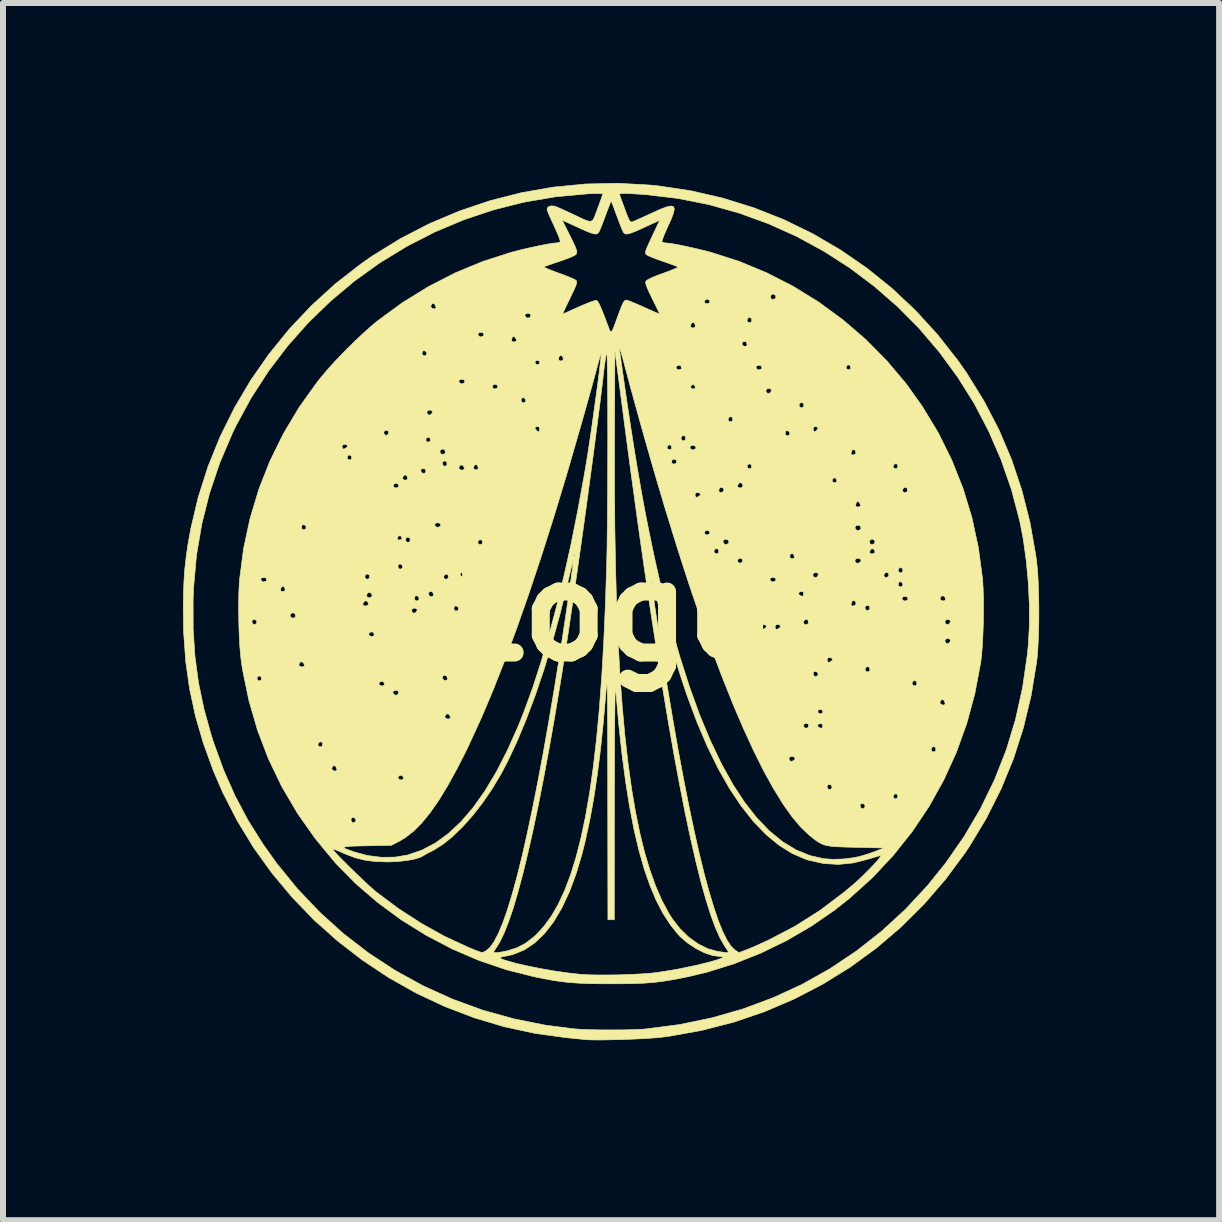
<source format=kicad_pcb>
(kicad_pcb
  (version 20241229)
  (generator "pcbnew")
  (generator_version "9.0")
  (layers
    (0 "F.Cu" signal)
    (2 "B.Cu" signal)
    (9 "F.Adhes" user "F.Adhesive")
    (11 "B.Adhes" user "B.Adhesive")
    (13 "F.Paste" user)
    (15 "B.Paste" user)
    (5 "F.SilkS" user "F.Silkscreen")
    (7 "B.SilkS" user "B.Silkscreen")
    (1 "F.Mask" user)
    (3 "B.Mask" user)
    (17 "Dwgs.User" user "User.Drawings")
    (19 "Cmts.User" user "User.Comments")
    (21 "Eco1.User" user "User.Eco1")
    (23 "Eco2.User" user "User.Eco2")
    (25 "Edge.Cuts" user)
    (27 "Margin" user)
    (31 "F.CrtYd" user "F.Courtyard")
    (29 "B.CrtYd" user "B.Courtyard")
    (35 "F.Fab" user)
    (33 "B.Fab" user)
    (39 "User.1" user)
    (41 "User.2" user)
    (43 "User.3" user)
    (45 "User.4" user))
  (footprint "Logo"
    (layer "F.Cu")
    (at 7.126 7.138)
    (property "Reference" "Logo" (at 0 0 0) (layer "F.SilkS") (effects (font (size 1.524 1.524) (thickness 0.3))))
    (attr through_hole)
    (fp_poly (pts (xy 0.675 -7.102) (xy 0.794 -7.09) (xy 1.336 -7.009) (xy 1.866 -6.887) (xy 2.383 -6.727) (xy 2.883 -6.53) (xy 3.366 -6.295) (xy 3.829 -6.025) (xy 4.271 -5.721) (xy 4.69 -5.384) (xy 5.084 -5.014) (xy 5.451 -4.613) (xy 5.789 -4.183) (xy 5.939 -3.969) (xy 6.226 -3.505) (xy 6.475 -3.026) (xy 6.686 -2.53) (xy 6.858 -2.016) (xy 6.993 -1.483) (xy 7.091 -0.93) (xy 7.106 -0.817) (xy 7.121 -0.661) (xy 7.132 -0.472) (xy 7.139 -0.262) (xy 7.142 -0.039) (xy 7.141 0.186) (xy 7.136 0.404) (xy 7.126 0.605) (xy 7.113 0.778) (xy 7.105 0.845) (xy 7.014 1.402) (xy 6.885 1.941) (xy 6.717 2.464) (xy 6.51 2.968) (xy 6.265 3.455) (xy 5.982 3.925) (xy 5.91 4.032) (xy 5.583 4.474) (xy 5.226 4.886) (xy 4.842 5.268) (xy 4.432 5.618) (xy 3.998 5.934) (xy 3.541 6.217) (xy 3.064 6.465) (xy 2.568 6.677) (xy 2.054 6.852) (xy 1.525 6.988) (xy 0.983 7.086) (xy 0.849 7.103) (xy 0.756 7.112) (xy 0.634 7.121) (xy 0.492 7.129) (xy 0.336 7.136) (xy 0.176 7.141) (xy 0.018 7.145) (xy -0.129 7.148) (xy -0.257 7.148) (xy -0.358 7.146) (xy -0.423 7.142) (xy -0.475 7.136) (xy -0.557 7.128) (xy -0.655 7.118) (xy -0.73 7.111) (xy -1.255 7.039) (xy -1.77 6.928) (xy -2.274 6.777) (xy -2.763 6.59) (xy -3.238 6.367) (xy -3.694 6.11) (xy -4.131 5.82) (xy -4.546 5.5) (xy -4.938 5.151) (xy -5.303 4.773) (xy -5.641 4.369) (xy -5.949 3.941) (xy -6.224 3.489) (xy -6.466 3.016) (xy -6.621 2.656) (xy -6.787 2.198) (xy -6.918 1.748) (xy -7.015 1.298) (xy -7.08 0.838) (xy -7.114 0.361) (xy -7.121 -0.011) (xy -7.119 -0.18) (xy -6.957 -0.18) (xy -6.956 0.299) (xy -6.926 0.754) (xy -6.867 1.194) (xy -6.776 1.63) (xy -6.654 2.069) (xy -6.615 2.191) (xy -6.448 2.649) (xy -6.258 3.078) (xy -6.041 3.487) (xy -5.79 3.886) (xy -5.565 4.202) (xy -5.221 4.625) (xy -4.849 5.016) (xy -4.452 5.375) (xy -4.03 5.7) (xy -3.586 5.991) (xy -3.12 6.247) (xy -2.635 6.467) (xy -2.131 6.651) (xy -1.611 6.796) (xy -1.076 6.903) (xy -0.613 6.962) (xy -0.491 6.971) (xy -0.337 6.977) (xy -0.164 6.98) (xy 0.02 6.981) (xy 0.202 6.98) (xy 0.371 6.976) (xy 0.517 6.97) (xy 0.603 6.963) (xy 1.154 6.891) (xy 1.69 6.78) (xy 2.21 6.631) (xy 2.712 6.444) (xy 3.196 6.221) (xy 3.659 5.961) (xy 4.1 5.666) (xy 4.519 5.337) (xy 4.914 4.974) (xy 5.282 4.579) (xy 5.586 4.202) (xy 5.898 3.753) (xy 6.17 3.29) (xy 6.403 2.811) (xy 6.598 2.315) (xy 6.754 1.802) (xy 6.871 1.271) (xy 6.95 0.723) (xy 6.966 0.56) (xy 6.984 0.234) (xy 6.983 -0.117) (xy 6.965 -0.481) (xy 6.931 -0.846) (xy 6.882 -1.199) (xy 6.823 -1.503) (xy 6.687 -2.021) (xy 6.513 -2.522) (xy 6.304 -3.004) (xy 6.062 -3.466) (xy 5.786 -3.905) (xy 5.481 -4.321) (xy 5.147 -4.713) (xy 4.785 -5.078) (xy 4.399 -5.415) (xy 3.988 -5.724) (xy 3.556 -6.001) (xy 3.104 -6.247) (xy 2.633 -6.459) (xy 2.146 -6.636) (xy 1.643 -6.777) (xy 1.127 -6.88) (xy 0.599 -6.943) (xy 0.407 -6.956) (xy 0.296 -6.962) (xy 0.22 -6.963) (xy 0.175 -6.961) (xy 0.154 -6.954) (xy 0.152 -6.942) (xy 0.152 -6.941) (xy 0.164 -6.909) (xy 0.186 -6.848) (xy 0.216 -6.766) (xy 0.243 -6.693) (xy 0.279 -6.597) (xy 0.306 -6.534) (xy 0.327 -6.5) (xy 0.346 -6.487) (xy 0.362 -6.488) (xy 0.394 -6.501) (xy 0.457 -6.529) (xy 0.542 -6.567) (xy 0.642 -6.613) (xy 0.688 -6.635) (xy 0.829 -6.698) (xy 0.934 -6.738) (xy 1.008 -6.754) (xy 1.051 -6.745) (xy 1.065 -6.708) (xy 1.053 -6.642) (xy 1.017 -6.545) (xy 0.963 -6.426) (xy 0.921 -6.331) (xy 0.887 -6.25) (xy 0.865 -6.19) (xy 0.858 -6.159) (xy 0.858 -6.158) (xy 0.887 -6.143) (xy 0.921 -6.138) (xy 0.979 -6.133) (xy 1.069 -6.119) (xy 1.184 -6.097) (xy 1.314 -6.069) (xy 1.451 -6.038) (xy 1.587 -6.005) (xy 1.678 -5.981) (xy 2.149 -5.83) (xy 2.607 -5.64) (xy 3.05 -5.413) (xy 3.474 -5.151) (xy 3.876 -4.856) (xy 4.255 -4.53) (xy 4.606 -4.175) (xy 4.928 -3.793) (xy 5.196 -3.418) (xy 5.463 -2.977) (xy 5.69 -2.519) (xy 5.878 -2.046) (xy 6.026 -1.559) (xy 6.134 -1.058) (xy 6.202 -0.546) (xy 6.204 -0.528) (xy 6.213 -0.378) (xy 6.218 -0.199) (xy 6.219 -0.003) (xy 6.216 0.2) (xy 6.209 0.401) (xy 6.199 0.588) (xy 6.185 0.752) (xy 6.172 0.86) (xy 6.075 1.374) (xy 5.94 1.872) (xy 5.767 2.353) (xy 5.557 2.814) (xy 5.312 3.255) (xy 5.031 3.674) (xy 4.717 4.069) (xy 4.37 4.44) (xy 3.99 4.783) (xy 3.736 4.984) (xy 3.349 5.251) (xy 2.937 5.491) (xy 2.506 5.701) (xy 2.063 5.877) (xy 1.616 6.017) (xy 1.294 6.094) (xy 1.12 6.129) (xy 0.969 6.156) (xy 0.829 6.177) (xy 0.693 6.192) (xy 0.551 6.202) (xy 0.394 6.208) (xy 0.213 6.211) (xy 0.011 6.212) (xy -0.202 6.211) (xy -0.382 6.208) (xy -0.538 6.201) (xy -0.68 6.191) (xy -0.816 6.176) (xy -0.955 6.155) (xy -1.108 6.127) (xy -1.272 6.094) (xy -1.734 5.978) (xy -2.19 5.823) (xy -2.303 5.775) (xy -1.838 5.775) (xy -1.832 5.79) (xy -1.786 5.809) (xy -1.746 5.822) (xy -1.577 5.87) (xy -1.377 5.916) (xy -1.155 5.96) (xy -0.925 6) (xy -0.696 6.032) (xy -0.508 6.053) (xy -0.386 6.061) (xy -0.231 6.065) (xy -0.056 6.065) (xy 0.131 6.063) (xy 0.318 6.057) (xy 0.495 6.048) (xy 0.652 6.037) (xy 0.776 6.024) (xy 1.107 5.971) (xy 1.439 5.902) (xy 1.651 5.849) (xy 1.764 5.817) (xy 1.838 5.791) (xy 1.874 5.773) (xy 1.87 5.761) (xy 1.827 5.757) (xy 1.704 5.741) (xy 1.566 5.695) (xy 1.425 5.624) (xy 1.288 5.533) (xy 1.166 5.429) (xy 1.13 5.391) (xy 0.998 5.227) (xy 0.875 5.036) (xy 0.761 4.817) (xy 0.657 4.568) (xy 0.56 4.289) (xy 0.472 3.977) (xy 0.391 3.632) (xy 0.318 3.252) (xy 0.252 2.835) (xy 0.192 2.381) (xy 0.139 1.888) (xy 0.092 1.354) (xy 0.088 1.302) (xy 0.084 1.279) (xy 0.081 1.299) (xy 0.079 1.36) (xy 0.076 1.462) (xy 0.074 1.606) (xy 0.072 1.79) (xy 0.07 2.014) (xy 0.069 2.278) (xy 0.068 2.582) (xy 0.067 2.924) (xy 0.066 3.106) (xy 0.064 5.144) (xy -0.042 5.144) (xy -0.045 3.074) (xy -0.045 2.734) (xy -0.046 2.435) (xy -0.047 2.173) (xy -0.047 1.949) (xy -0.048 1.758) (xy -0.049 1.6) (xy -0.05 1.473) (xy -0.052 1.374) (xy -0.053 1.302) (xy -0.056 1.254) (xy -0.058 1.229) (xy -0.061 1.225) (xy -0.064 1.239) (xy -0.068 1.27) (xy -0.072 1.316) (xy -0.076 1.365) (xy -0.119 1.857) (xy -0.166 2.309) (xy -0.219 2.727) (xy -0.277 3.113) (xy -0.342 3.471) (xy -0.414 3.805) (xy -0.466 4.019) (xy -0.568 4.366) (xy -0.683 4.676) (xy -0.81 4.948) (xy -0.95 5.182) (xy -1.101 5.377) (xy -1.264 5.532) (xy -1.438 5.648) (xy -1.622 5.723) (xy -1.727 5.747) (xy -1.803 5.761) (xy -1.838 5.775) (xy -2.303 5.775) (xy -2.637 5.631) (xy -3.071 5.404) (xy -3.486 5.146) (xy -3.878 4.858) (xy -4.243 4.544) (xy -4.576 4.206) (xy -4.59 4.19) (xy -4.775 3.967) (xy -4.63 3.967) (xy -4.62 3.985) (xy -4.583 4.027) (xy -4.526 4.088) (xy -4.452 4.163) (xy -4.367 4.248) (xy -4.275 4.338) (xy -4.182 4.428) (xy -4.092 4.513) (xy -4.011 4.588) (xy -3.943 4.649) (xy -3.905 4.681) (xy -3.538 4.955) (xy -3.154 5.204) (xy -2.762 5.422) (xy -2.369 5.604) (xy -2.307 5.629) (xy -2.227 5.662) (xy -2.176 5.681) (xy -2.145 5.689) (xy -2.123 5.687) (xy -2.118 5.684) (xy -1.947 5.684) (xy -1.928 5.693) (xy -1.875 5.691) (xy -1.795 5.678) (xy -1.719 5.662) (xy -1.56 5.612) (xy -1.418 5.538) (xy -1.28 5.432) (xy -1.242 5.398) (xy -1.11 5.256) (xy -0.986 5.086) (xy -0.871 4.887) (xy -0.764 4.658) (xy -0.665 4.397) (xy -0.574 4.105) (xy -0.491 3.779) (xy -0.415 3.42) (xy -0.347 3.027) (xy -0.286 2.597) (xy -0.232 2.132) (xy -0.185 1.628) (xy -0.145 1.087) (xy -0.111 0.506) (xy -0.084 -0.115) (xy -0.063 -0.741) (xy -0.06 -0.893) (xy -0.056 -1.069) (xy -0.054 -1.265) (xy -0.051 -1.478) (xy -0.049 -1.705) (xy -0.047 -1.941) (xy -0.046 -2.13) (xy 0.067 -2.13) (xy 0.073 -1.412) (xy 0.085 -0.735) (xy 0.103 -0.096) (xy 0.128 0.504) (xy 0.159 1.067) (xy 0.197 1.592) (xy 0.242 2.083) (xy 0.294 2.538) (xy 0.352 2.959) (xy 0.418 3.347) (xy 0.491 3.703) (xy 0.571 4.027) (xy 0.659 4.32) (xy 0.754 4.584) (xy 0.857 4.82) (xy 0.968 5.027) (xy 1.029 5.125) (xy 1.158 5.292) (xy 1.305 5.435) (xy 1.465 5.549) (xy 1.63 5.629) (xy 1.778 5.67) (xy 1.875 5.685) (xy 1.936 5.691) (xy 1.965 5.69) (xy 1.968 5.685) (xy 1.958 5.665) (xy 1.929 5.62) (xy 1.896 5.569) (xy 1.823 5.441) (xy 1.748 5.271) (xy 1.67 5.059) (xy 1.59 4.804) (xy 1.507 4.508) (xy 1.423 4.169) (xy 1.336 3.789) (xy 1.246 3.367) (xy 1.155 2.903) (xy 1.061 2.398) (xy 0.965 1.851) (xy 0.867 1.262) (xy 0.767 0.632) (xy 0.664 -0.04) (xy 0.614 -0.384) (xy 0.703 -0.384) (xy 0.707 -0.335) (xy 0.716 -0.254) (xy 0.731 -0.14) (xy 0.753 0.008) (xy 0.781 0.194) (xy 0.815 0.418) (xy 0.849 0.635) (xy 0.943 1.225) (xy 1.036 1.782) (xy 1.127 2.304) (xy 1.218 2.79) (xy 1.307 3.241) (xy 1.394 3.655) (xy 1.479 4.033) (xy 1.562 4.373) (xy 1.644 4.674) (xy 1.723 4.937) (xy 1.799 5.161) (xy 1.873 5.344) (xy 1.945 5.487) (xy 2.013 5.589) (xy 2.072 5.645) (xy 2.141 5.692) (xy 2.261 5.648) (xy 2.327 5.621) (xy 2.419 5.582) (xy 2.525 5.534) (xy 2.634 5.484) (xy 2.644 5.479) (xy 3.081 5.25) (xy 3.499 4.985) (xy 3.899 4.682) (xy 4.06 4.547) (xy 4.144 4.471) (xy 4.23 4.389) (xy 4.312 4.306) (xy 4.387 4.229) (xy 4.447 4.162) (xy 4.489 4.111) (xy 4.507 4.081) (xy 4.506 4.076) (xy 4.484 4.079) (xy 4.431 4.093) (xy 4.357 4.116) (xy 4.318 4.128) (xy 4.058 4.196) (xy 3.804 4.222) (xy 3.552 4.207) (xy 3.3 4.15) (xy 3.257 4.137) (xy 3.031 4.04) (xy 2.81 3.902) (xy 2.594 3.724) (xy 2.384 3.506) (xy 2.18 3.248) (xy 1.983 2.953) (xy 1.794 2.619) (xy 1.613 2.25) (xy 1.44 1.844) (xy 1.276 1.403) (xy 1.199 1.172) (xy 1.135 0.974) (xy 1.07 0.768) (xy 1.004 0.561) (xy 0.942 0.359) (xy 0.884 0.171) (xy 0.833 0.002) (xy 0.791 -0.138) (xy 0.768 -0.219) (xy 0.745 -0.301) (xy 0.727 -0.36) (xy 0.713 -0.395) (xy 0.706 -0.403) (xy 0.703 -0.384) (xy 0.614 -0.384) (xy 0.6 -0.478) (xy 0.679 -0.478) (xy 0.683 -0.451) (xy 0.69 -0.45) (xy 0.695 -0.479) (xy 0.692 -0.491) (xy 0.682 -0.499) (xy 0.679 -0.478) (xy 0.6 -0.478) (xy 0.559 -0.752) (xy 0.452 -1.507) (xy 0.343 -2.302) (xy 0.232 -3.139) (xy 0.219 -3.239) (xy 0.074 -4.35) (xy 0.068 -2.889) (xy 0.067 -2.13) (xy -0.046 -2.13) (xy -0.046 -2.184) (xy -0.045 -2.429) (xy -0.045 -2.673) (xy -0.044 -2.914) (xy -0.045 -3.146) (xy -0.045 -3.367) (xy -0.046 -3.573) (xy -0.048 -3.761) (xy -0.049 -3.927) (xy -0.052 -4.067) (xy -0.054 -4.179) (xy -0.057 -4.258) (xy -0.06 -4.301) (xy -0.063 -4.307) (xy -0.072 -4.272) (xy -0.084 -4.203) (xy -0.097 -4.11) (xy -0.111 -4) (xy -0.116 -3.958) (xy -0.139 -3.759) (xy -0.168 -3.523) (xy -0.202 -3.255) (xy -0.24 -2.96) (xy -0.281 -2.644) (xy -0.326 -2.311) (xy -0.372 -1.966) (xy -0.42 -1.616) (xy -0.469 -1.263) (xy -0.518 -0.915) (xy -0.567 -0.575) (xy -0.614 -0.249) (xy -0.659 0.059) (xy -0.701 0.342) (xy -0.74 0.597) (xy -0.742 0.614) (xy -0.836 1.204) (xy -0.929 1.761) (xy -1.021 2.284) (xy -1.112 2.774) (xy -1.201 3.228) (xy -1.289 3.647) (xy -1.375 4.029) (xy -1.459 4.374) (xy -1.541 4.681) (xy -1.62 4.95) (xy -1.698 5.179) (xy -1.772 5.367) (xy -1.844 5.515) (xy -1.886 5.584) (xy -1.921 5.637) (xy -1.943 5.674) (xy -1.947 5.684) (xy -2.118 5.684) (xy -2.1 5.676) (xy -2.076 5.663) (xy -2.01 5.608) (xy -1.941 5.512) (xy -1.869 5.374) (xy -1.794 5.196) (xy -1.717 4.977) (xy -1.638 4.717) (xy -1.556 4.419) (xy -1.472 4.081) (xy -1.387 3.704) (xy -1.299 3.289) (xy -1.209 2.836) (xy -1.117 2.345) (xy -1.024 1.817) (xy -0.929 1.253) (xy -0.857 0.804) (xy -0.831 0.638) (xy -0.803 0.462) (xy -0.776 0.279) (xy -0.748 0.095) (xy -0.722 -0.085) (xy -0.697 -0.257) (xy -0.674 -0.415) (xy -0.655 -0.555) (xy -0.639 -0.672) (xy -0.627 -0.762) (xy -0.621 -0.819) (xy -0.62 -0.839) (xy -0.627 -0.821) (xy -0.641 -0.769) (xy -0.662 -0.687) (xy -0.687 -0.583) (xy -0.715 -0.462) (xy -0.718 -0.449) (xy -0.839 0.042) (xy -0.969 0.516) (xy -1.107 0.97) (xy -1.252 1.4) (xy -1.403 1.802) (xy -1.557 2.172) (xy -1.714 2.506) (xy -1.827 2.72) (xy -1.971 2.961) (xy -2.127 3.189) (xy -2.291 3.4) (xy -2.459 3.59) (xy -2.627 3.753) (xy -2.791 3.886) (xy -2.947 3.984) (xy -2.985 4.003) (xy -3.047 4.034) (xy -3.097 4.063) (xy -3.111 4.073) (xy -3.175 4.106) (xy -3.272 4.135) (xy -3.397 4.157) (xy -3.541 4.173) (xy -3.696 4.18) (xy -3.736 4.18) (xy -3.927 4.173) (xy -4.094 4.151) (xy -4.253 4.111) (xy -4.418 4.049) (xy -4.481 4.021) (xy -4.55 3.992) (xy -4.603 3.972) (xy -4.629 3.967) (xy -4.63 3.967) (xy -4.775 3.967) (xy -4.793 3.945) (xy -4.441 3.945) (xy -4.413 3.962) (xy -4.355 3.984) (xy -4.274 4.013) (xy -4.05 4.074) (xy -3.818 4.103) (xy -3.59 4.1) (xy -3.38 4.065) (xy -3.146 3.985) (xy -2.92 3.866) (xy -2.701 3.707) (xy -2.49 3.509) (xy -2.286 3.271) (xy -2.089 2.992) (xy -1.898 2.673) (xy -1.714 2.312) (xy -1.535 1.911) (xy -1.44 1.672) (xy -1.3 1.289) (xy -1.163 0.868) (xy -1.029 0.412) (xy -0.899 -0.076) (xy -0.774 -0.592) (xy -0.698 -0.931) (xy -0.614 -0.931) (xy -0.606 -0.914) (xy -0.6 -0.917) (xy -0.597 -0.942) (xy -0.6 -0.945) (xy -0.612 -0.943) (xy -0.614 -0.931) (xy -0.698 -0.931) (xy -0.654 -1.131) (xy -0.542 -1.691) (xy -0.437 -2.268) (xy -0.403 -2.466) (xy -0.381 -2.602) (xy -0.357 -2.757) (xy -0.332 -2.926) (xy -0.306 -3.104) (xy -0.281 -3.285) (xy -0.256 -3.466) (xy -0.232 -3.64) (xy -0.21 -3.804) (xy -0.191 -3.952) (xy -0.176 -4.079) (xy -0.164 -4.181) (xy -0.157 -4.252) (xy -0.156 -4.288) (xy -0.157 -4.291) (xy -0.164 -4.275) (xy -0.179 -4.225) (xy -0.2 -4.15) (xy -0.221 -4.07) (xy -0.241 -3.997) (xy -0.27 -3.89) (xy -0.307 -3.755) (xy -0.351 -3.597) (xy -0.4 -3.423) (xy -0.452 -3.239) (xy -0.505 -3.051) (xy -0.51 -3.035) (xy -0.725 -2.292) (xy -0.938 -1.588) (xy -1.149 -0.924) (xy -1.357 -0.299) (xy -1.562 0.286) (xy -1.764 0.83) (xy -1.963 1.334) (xy -2.159 1.796) (xy -2.352 2.216) (xy -2.4 2.318) (xy -2.562 2.636) (xy -2.716 2.915) (xy -2.863 3.156) (xy -3.006 3.361) (xy -3.145 3.531) (xy -3.282 3.668) (xy -3.418 3.775) (xy -3.521 3.836) (xy -3.651 3.903) (xy -4.073 3.912) (xy -4.222 3.915) (xy -4.332 3.919) (xy -4.403 3.925) (xy -4.439 3.933) (xy -4.441 3.945) (xy -4.793 3.945) (xy -4.924 3.786) (xy -5.149 3.467) (xy -4.326 3.467) (xy -4.32 3.501) (xy -4.297 3.526) (xy -4.286 3.528) (xy -4.253 3.511) (xy -4.244 3.496) (xy -4.248 3.46) (xy -4.278 3.44) (xy -4.308 3.443) (xy -4.326 3.467) (xy -5.149 3.467) (xy -5.221 3.363) (xy -5.48 2.922) (xy -5.546 2.784) (xy -3.542 2.784) (xy -3.542 2.785) (xy -3.517 2.809) (xy -3.481 2.814) (xy -3.454 2.799) (xy -3.45 2.785) (xy -3.462 2.749) (xy -3.469 2.742) (xy -3.505 2.737) (xy -3.535 2.755) (xy -3.542 2.784) (xy -5.546 2.784) (xy -5.626 2.618) (xy -4.645 2.618) (xy -4.643 2.637) (xy -4.619 2.66) (xy -4.586 2.666) (xy -4.562 2.655) (xy -4.559 2.641) (xy -4.573 2.599) (xy -4.58 2.587) (xy -4.605 2.573) (xy -4.631 2.587) (xy -4.645 2.618) (xy -5.626 2.618) (xy -5.701 2.462) (xy -5.79 2.229) (xy -4.876 2.229) (xy -4.874 2.238) (xy -4.848 2.263) (xy -4.814 2.257) (xy -4.798 2.236) (xy -4.801 2.196) (xy -4.809 2.184) (xy -4.839 2.177) (xy -4.867 2.196) (xy -4.876 2.229) (xy -5.79 2.229) (xy -5.883 1.985) (xy -5.947 1.763) (xy -2.76 1.763) (xy -2.757 1.773) (xy -2.733 1.794) (xy -2.697 1.798) (xy -2.671 1.784) (xy -2.667 1.772) (xy -2.681 1.733) (xy -2.691 1.72) (xy -2.722 1.711) (xy -2.75 1.73) (xy -2.76 1.763) (xy -5.947 1.763) (xy -6.027 1.489) (xy -6.053 1.362) (xy -3.628 1.362) (xy -3.627 1.366) (xy -3.599 1.395) (xy -3.581 1.402) (xy -3.547 1.394) (xy -3.53 1.365) (xy -3.538 1.335) (xy -3.546 1.328) (xy -3.586 1.32) (xy -3.619 1.334) (xy -3.628 1.362) (xy -6.053 1.362) (xy -6.083 1.218) (xy -3.86 1.218) (xy -3.859 1.219) (xy -3.834 1.243) (xy -3.799 1.247) (xy -3.772 1.233) (xy -3.768 1.218) (xy -3.779 1.183) (xy -3.787 1.176) (xy -3.822 1.171) (xy -3.853 1.189) (xy -3.86 1.218) (xy -6.083 1.218) (xy -6.101 1.131) (xy -5.892 1.131) (xy -5.89 1.138) (xy -5.864 1.162) (xy -5.831 1.158) (xy -5.816 1.138) (xy -5.818 1.119) (xy -2.801 1.119) (xy -2.779 1.149) (xy -2.747 1.158) (xy -2.721 1.143) (xy -2.716 1.126) (xy -2.727 1.087) (xy -2.737 1.076) (xy -2.775 1.069) (xy -2.8 1.092) (xy -2.801 1.119) (xy -5.818 1.119) (xy -5.821 1.101) (xy -5.829 1.089) (xy -5.859 1.079) (xy -5.885 1.097) (xy -5.892 1.131) (xy -6.101 1.131) (xy -6.133 0.975) (xy -6.145 0.895) (xy -5.194 0.895) (xy -5.191 0.905) (xy -5.167 0.926) (xy -5.132 0.93) (xy -5.105 0.916) (xy -5.101 0.904) (xy -5.115 0.865) (xy -5.125 0.853) (xy -5.156 0.843) (xy -5.184 0.862) (xy -5.194 0.895) (xy -6.145 0.895) (xy -6.151 0.86) (xy -6.167 0.723) (xy -6.18 0.554) (xy -6.188 0.393) (xy -4.029 0.393) (xy -4.029 0.393) (xy -4.004 0.417) (xy -3.968 0.422) (xy -3.941 0.407) (xy -3.937 0.393) (xy -3.949 0.358) (xy -3.956 0.35) (xy -3.992 0.346) (xy -4.022 0.363) (xy -4.029 0.393) (xy -6.188 0.393) (xy -6.189 0.363) (xy -6.192 0.292) (xy -2.294 0.292) (xy -2.288 0.326) (xy -2.265 0.351) (xy -2.254 0.353) (xy -2.221 0.336) (xy -2.212 0.321) (xy -2.216 0.285) (xy -2.246 0.265) (xy -2.276 0.268) (xy -2.294 0.292) (xy -6.192 0.292) (xy -6.195 0.165) (xy -5.977 0.165) (xy -5.971 0.199) (xy -5.948 0.224) (xy -5.937 0.226) (xy -5.904 0.209) (xy -5.895 0.194) (xy -5.899 0.158) (xy -5.929 0.138) (xy -5.959 0.141) (xy -5.977 0.165) (xy -6.195 0.165) (xy -6.196 0.161) (xy -6.196 0.081) (xy -5.341 0.081) (xy -5.318 0.11) (xy -5.284 0.117) (xy -5.256 0.102) (xy -5.249 0.081) (xy -5.259 0.043) (xy -5.269 0.033) (xy -5.306 0.028) (xy -5.336 0.05) (xy -5.341 0.081) (xy -6.196 0.081) (xy -6.198 -0.024) (xy -3.313 -0.024) (xy -3.311 0.006) (xy -3.284 0.034) (xy -3.249 0.026) (xy -3.234 0.011) (xy -3.219 -0.025) (xy -3.24 -0.045) (xy -2.612 -0.045) (xy -2.599 -0.012) (xy -2.572 0) (xy -2.54 -0.017) (xy -2.534 -0.027) (xy -2.537 -0.061) (xy -2.561 -0.085) (xy -2.592 -0.086) (xy -2.599 -0.08) (xy -2.612 -0.045) (xy -3.24 -0.045) (xy -3.242 -0.047) (xy -3.246 -0.049) (xy -3.288 -0.049) (xy -3.313 -0.024) (xy -6.198 -0.024) (xy -6.198 -0.042) (xy -6.197 -0.112) (xy -4.128 -0.112) (xy -4.112 -0.09) (xy -4.077 -0.086) (xy -4.045 -0.099) (xy -4.037 -0.111) (xy -4.04 -0.147) (xy -4.065 -0.17) (xy -4.097 -0.169) (xy -4.104 -0.163) (xy -4.125 -0.126) (xy -4.128 -0.112) (xy -6.197 -0.112) (xy -6.196 -0.215) (xy -3.269 -0.215) (xy -3.255 -0.181) (xy -3.228 -0.169) (xy -3.196 -0.186) (xy -3.191 -0.196) (xy -3.193 -0.231) (xy -3.218 -0.255) (xy -3.248 -0.255) (xy -3.255 -0.25) (xy -3.269 -0.215) (xy -6.196 -0.215) (xy -6.196 -0.235) (xy -6.196 -0.257) (xy -4.064 -0.257) (xy -4.049 -0.228) (xy -4.016 -0.221) (xy -3.984 -0.237) (xy -3.972 -0.257) (xy -3.977 -0.278) (xy -3.034 -0.278) (xy -3.012 -0.248) (xy -2.979 -0.239) (xy -2.954 -0.254) (xy -2.949 -0.271) (xy -2.96 -0.31) (xy -2.97 -0.321) (xy -3.008 -0.328) (xy -3.033 -0.305) (xy -3.034 -0.278) (xy -3.977 -0.278) (xy -3.98 -0.292) (xy -4.012 -0.312) (xy -4.045 -0.306) (xy -4.062 -0.277) (xy -4.064 -0.257) (xy -6.196 -0.257) (xy -6.192 -0.37) (xy -5.499 -0.37) (xy -5.493 -0.335) (xy -5.461 -0.327) (xy -5.427 -0.338) (xy -5.423 -0.37) (xy -5.441 -0.405) (xy -5.461 -0.413) (xy -5.489 -0.395) (xy -5.499 -0.37) (xy -6.192 -0.37) (xy -6.19 -0.409) (xy -6.182 -0.528) (xy -6.181 -0.536) (xy -5.829 -0.536) (xy -5.821 -0.507) (xy -5.79 -0.488) (xy -5.779 -0.487) (xy -5.74 -0.502) (xy -5.729 -0.517) (xy -5.734 -0.547) (xy -5.767 -0.563) (xy -5.809 -0.559) (xy -5.829 -0.536) (xy -6.181 -0.536) (xy -6.177 -0.568) (xy -4.095 -0.568) (xy -4.092 -0.559) (xy -4.065 -0.532) (xy -4.032 -0.537) (xy -4.015 -0.558) (xy -4.016 -0.565) (xy -2.781 -0.565) (xy -2.779 -0.556) (xy -2.752 -0.531) (xy -2.719 -0.537) (xy -2.703 -0.558) (xy -2.705 -0.598) (xy -2.709 -0.602) (xy -2.505 -0.602) (xy -2.505 -0.601) (xy -2.48 -0.577) (xy -2.444 -0.573) (xy -2.417 -0.588) (xy -2.413 -0.602) (xy -2.425 -0.637) (xy -2.432 -0.644) (xy -2.468 -0.649) (xy -2.498 -0.632) (xy -2.505 -0.602) (xy -2.709 -0.602) (xy -2.714 -0.61) (xy -2.743 -0.617) (xy -2.771 -0.598) (xy -2.781 -0.565) (xy -4.016 -0.565) (xy -4.018 -0.598) (xy -4.027 -0.611) (xy -4.059 -0.621) (xy -4.086 -0.603) (xy -4.095 -0.568) (xy -6.177 -0.568) (xy -6.154 -0.744) (xy -3.544 -0.744) (xy -3.53 -0.71) (xy -3.503 -0.699) (xy -3.471 -0.715) (xy -3.466 -0.725) (xy -3.468 -0.76) (xy -3.493 -0.784) (xy -3.524 -0.784) (xy -3.531 -0.779) (xy -3.544 -0.744) (xy -6.154 -0.744) (xy -6.116 -1.04) (xy -6.094 -1.144) (xy -2.212 -1.144) (xy -2.209 -1.132) (xy -2.183 -1.108) (xy -2.148 -1.117) (xy -2.134 -1.132) (xy -2.133 -1.163) (xy -2.142 -1.18) (xy -2.172 -1.193) (xy -2.201 -1.177) (xy -2.212 -1.144) (xy -6.094 -1.144) (xy -6.086 -1.182) (xy -3.417 -1.182) (xy -3.415 -1.173) (xy -3.388 -1.146) (xy -3.354 -1.15) (xy -3.338 -1.172) (xy -3.341 -1.211) (xy -3.35 -1.225) (xy -3.381 -1.235) (xy -3.409 -1.216) (xy -3.417 -1.182) (xy -6.086 -1.182) (xy -6.077 -1.222) (xy -3.552 -1.222) (xy -3.545 -1.192) (xy -3.514 -1.185) (xy -3.479 -1.196) (xy -3.475 -1.222) (xy -3.496 -1.254) (xy -3.514 -1.259) (xy -3.544 -1.242) (xy -3.552 -1.222) (xy -6.077 -1.222) (xy -6.039 -1.4) (xy -5.152 -1.4) (xy -5.139 -1.366) (xy -5.112 -1.355) (xy -5.08 -1.371) (xy -5.074 -1.381) (xy -5.077 -1.416) (xy -5.101 -1.44) (xy -5.132 -1.44) (xy -5.139 -1.435) (xy -5.152 -1.4) (xy -6.039 -1.4) (xy -6.029 -1.446) (xy -2.93 -1.446) (xy -2.921 -1.417) (xy -2.89 -1.398) (xy -2.879 -1.397) (xy -2.841 -1.412) (xy -2.829 -1.427) (xy -2.834 -1.457) (xy -2.867 -1.473) (xy -2.909 -1.469) (xy -2.93 -1.446) (xy -6.029 -1.446) (xy -6.009 -1.541) (xy -5.862 -2.028) (xy -5.841 -2.084) (xy -3.619 -2.084) (xy -3.604 -2.059) (xy -3.57 -2.054) (xy -3.537 -2.069) (xy -3.528 -2.083) (xy -3.534 -2.113) (xy -3.564 -2.131) (xy -3.599 -2.127) (xy -3.6 -2.126) (xy -3.618 -2.097) (xy -3.619 -2.084) (xy -5.841 -2.084) (xy -5.788 -2.219) (xy -3.465 -2.219) (xy -3.461 -2.202) (xy -3.43 -2.182) (xy -3.394 -2.189) (xy -3.381 -2.207) (xy -3.386 -2.242) (xy -3.398 -2.259) (xy -3.427 -2.272) (xy -3.45 -2.254) (xy -3.465 -2.219) (xy -5.788 -2.219) (xy -5.743 -2.332) (xy -3.161 -2.332) (xy -3.139 -2.303) (xy -3.106 -2.296) (xy -3.08 -2.311) (xy -3.076 -2.328) (xy -3.088 -2.365) (xy -3.097 -2.374) (xy -3.135 -2.381) (xy -3.16 -2.359) (xy -3.161 -2.332) (xy -5.743 -2.332) (xy -5.722 -2.385) (xy -2.527 -2.385) (xy -2.525 -2.376) (xy -2.5 -2.355) (xy -2.465 -2.351) (xy -2.438 -2.365) (xy -2.434 -2.377) (xy -2.443 -2.402) (xy -2.282 -2.402) (xy -2.274 -2.366) (xy -2.243 -2.355) (xy -2.21 -2.362) (xy -2.205 -2.396) (xy -2.205 -2.398) (xy -2.224 -2.436) (xy -2.253 -2.442) (xy -2.277 -2.418) (xy -2.282 -2.402) (xy -2.443 -2.402) (xy -2.448 -2.416) (xy -2.458 -2.428) (xy -2.489 -2.438) (xy -2.517 -2.419) (xy -2.527 -2.385) (xy -5.722 -2.385) (xy -5.696 -2.452) (xy -2.803 -2.452) (xy -2.801 -2.443) (xy -2.774 -2.416) (xy -2.741 -2.42) (xy -2.724 -2.442) (xy -2.727 -2.481) (xy -2.736 -2.495) (xy -2.768 -2.505) (xy -2.795 -2.486) (xy -2.803 -2.452) (xy -5.696 -2.452) (xy -5.676 -2.502) (xy -5.651 -2.552) (xy -4.389 -2.552) (xy -4.387 -2.545) (xy -4.361 -2.521) (xy -4.328 -2.525) (xy -4.313 -2.545) (xy -4.318 -2.582) (xy -4.326 -2.594) (xy -4.356 -2.604) (xy -4.382 -2.586) (xy -4.389 -2.552) (xy -5.651 -2.552) (xy -5.604 -2.649) (xy -2.843 -2.649) (xy -2.821 -2.62) (xy -2.786 -2.613) (xy -2.758 -2.629) (xy -2.752 -2.649) (xy -2.761 -2.687) (xy -2.771 -2.698) (xy -2.809 -2.702) (xy -2.838 -2.68) (xy -2.843 -2.649) (xy -5.604 -2.649) (xy -5.552 -2.753) (xy -4.474 -2.753) (xy -4.472 -2.73) (xy -4.456 -2.702) (xy -4.425 -2.709) (xy -4.421 -2.711) (xy -4.389 -2.736) (xy -4.381 -2.751) (xy -4.398 -2.774) (xy -4.408 -2.779) (xy -4.453 -2.78) (xy -4.474 -2.753) (xy -5.552 -2.753) (xy -5.506 -2.849) (xy -3.077 -2.849) (xy -3.075 -2.842) (xy -3.049 -2.818) (xy -3.016 -2.822) (xy -3.001 -2.841) (xy -3.005 -2.878) (xy -3.014 -2.891) (xy -3.043 -2.9) (xy -3.07 -2.882) (xy -3.077 -2.849) (xy -5.506 -2.849) (xy -5.451 -2.959) (xy -5.439 -2.979) (xy -3.78 -2.979) (xy -3.769 -2.946) (xy -3.739 -2.928) (xy -3.737 -2.928) (xy -3.707 -2.946) (xy -3.697 -2.965) (xy -3.703 -3.003) (xy -3.734 -3.017) (xy -3.765 -3.007) (xy -3.78 -2.979) (xy -5.439 -2.979) (xy -5.397 -3.05) (xy -1.26 -3.05) (xy -1.238 -3.019) (xy -1.238 -3.019) (xy -1.206 -2.99) (xy -1.19 -2.993) (xy -1.18 -3.025) (xy -1.184 -3.065) (xy -1.215 -3.08) (xy -1.247 -3.07) (xy -1.26 -3.05) (xy -5.397 -3.05) (xy -5.232 -3.326) (xy -3.059 -3.326) (xy -3.057 -3.296) (xy -3.03 -3.268) (xy -2.995 -3.276) (xy -2.98 -3.291) (xy -2.965 -3.327) (xy -2.988 -3.349) (xy -2.992 -3.351) (xy -3.034 -3.351) (xy -3.059 -3.326) (xy -5.232 -3.326) (xy -5.188 -3.399) (xy -5.104 -3.517) (xy -1.491 -3.517) (xy -1.477 -3.483) (xy -1.45 -3.471) (xy -1.418 -3.488) (xy -1.413 -3.498) (xy -1.415 -3.533) (xy -1.44 -3.557) (xy -1.47 -3.557) (xy -1.477 -3.552) (xy -1.491 -3.517) (xy -5.104 -3.517) (xy -4.948 -3.735) (xy -1.968 -3.735) (xy -1.953 -3.71) (xy -1.919 -3.705) (xy -1.886 -3.72) (xy -1.877 -3.734) (xy -1.883 -3.764) (xy -1.913 -3.782) (xy -1.948 -3.778) (xy -1.949 -3.777) (xy -1.967 -3.748) (xy -1.968 -3.735) (xy -4.948 -3.735) (xy -4.887 -3.82) (xy -4.873 -3.838) (xy -2.527 -3.838) (xy -2.519 -3.809) (xy -2.488 -3.79) (xy -2.477 -3.789) (xy -2.438 -3.804) (xy -2.427 -3.819) (xy -2.432 -3.849) (xy -2.465 -3.865) (xy -2.507 -3.861) (xy -2.527 -3.838) (xy -4.873 -3.838) (xy -4.845 -3.873) (xy -4.725 -4.017) (xy -4.601 -4.154) (xy -1.258 -4.154) (xy -1.249 -4.124) (xy -1.222 -4.107) (xy -1.217 -4.106) (xy -1.186 -4.123) (xy -1.178 -4.137) (xy -1.182 -4.168) (xy -1.214 -4.18) (xy -1.242 -4.176) (xy -1.258 -4.154) (xy -4.601 -4.154) (xy -4.58 -4.177) (xy -4.541 -4.217) (xy -0.864 -4.217) (xy -0.86 -4.18) (xy -0.827 -4.17) (xy -0.826 -4.17) (xy -0.792 -4.18) (xy -0.787 -4.215) (xy -0.787 -4.217) (xy -0.804 -4.255) (xy -0.826 -4.265) (xy -0.853 -4.247) (xy -0.864 -4.217) (xy -4.541 -4.217) (xy -4.461 -4.3) (xy -3.142 -4.3) (xy -3.128 -4.266) (xy -3.101 -4.255) (xy -3.069 -4.271) (xy -3.063 -4.281) (xy -3.066 -4.316) (xy -3.091 -4.34) (xy -3.121 -4.34) (xy -3.128 -4.335) (xy -3.142 -4.3) (xy -4.461 -4.3) (xy -4.419 -4.344) (xy -4.393 -4.37) (xy 0.151 -4.37) (xy 0.155 -4.329) (xy 0.158 -4.307) (xy 0.224 -3.839) (xy 0.287 -3.409) (xy 0.347 -3.013) (xy 0.405 -2.646) (xy 0.462 -2.303) (xy 0.518 -1.981) (xy 0.574 -1.675) (xy 0.632 -1.381) (xy 0.691 -1.094) (xy 0.752 -0.81) (xy 0.817 -0.525) (xy 0.846 -0.402) (xy 0.995 0.191) (xy 1.152 0.743) (xy 1.315 1.254) (xy 1.485 1.723) (xy 1.662 2.15) (xy 1.846 2.536) (xy 2.037 2.881) (xy 2.235 3.184) (xy 2.439 3.445) (xy 2.651 3.665) (xy 2.869 3.843) (xy 3.095 3.98) (xy 3.327 4.075) (xy 3.559 4.127) (xy 3.714 4.137) (xy 3.886 4.131) (xy 4.055 4.11) (xy 4.138 4.093) (xy 4.226 4.068) (xy 4.329 4.035) (xy 4.413 4.005) (xy 4.561 3.948) (xy 4.085 3.937) (xy 3.921 3.933) (xy 3.791 3.928) (xy 3.691 3.921) (xy 3.611 3.909) (xy 3.547 3.891) (xy 3.49 3.864) (xy 3.433 3.828) (xy 3.371 3.78) (xy 3.316 3.736) (xy 3.174 3.602) (xy 3.026 3.426) (xy 2.89 3.234) (xy 4.162 3.234) (xy 4.168 3.268) (xy 4.191 3.293) (xy 4.202 3.295) (xy 4.235 3.278) (xy 4.244 3.263) (xy 4.24 3.227) (xy 4.21 3.207) (xy 4.179 3.21) (xy 4.162 3.234) (xy 2.89 3.234) (xy 2.873 3.209) (xy 2.804 3.097) (xy 4.712 3.097) (xy 4.715 3.106) (xy 4.741 3.13) (xy 4.774 3.125) (xy 4.79 3.103) (xy 4.788 3.064) (xy 4.779 3.052) (xy 4.75 3.044) (xy 4.722 3.064) (xy 4.712 3.097) (xy 2.804 3.097) (xy 2.715 2.953) (xy 2.695 2.916) (xy 3.612 2.916) (xy 3.617 2.951) (xy 3.641 2.975) (xy 3.652 2.977) (xy 3.684 2.96) (xy 3.693 2.946) (xy 3.69 2.91) (xy 3.66 2.89) (xy 3.629 2.893) (xy 3.612 2.916) (xy 2.695 2.916) (xy 2.552 2.658) (xy 2.449 2.45) (xy 2.976 2.45) (xy 2.981 2.482) (xy 3.005 2.503) (xy 3.027 2.504) (xy 3.066 2.482) (xy 3.077 2.466) (xy 3.071 2.437) (xy 3.039 2.421) (xy 2.997 2.426) (xy 2.976 2.45) (xy 2.449 2.45) (xy 2.386 2.324) (xy 2.38 2.311) (xy 5.346 2.311) (xy 5.348 2.319) (xy 5.375 2.347) (xy 5.409 2.342) (xy 5.425 2.32) (xy 5.422 2.281) (xy 5.413 2.268) (xy 5.382 2.258) (xy 5.354 2.276) (xy 5.346 2.311) (xy 2.38 2.311) (xy 2.215 1.952) (xy 2.195 1.905) (xy 3.218 1.905) (xy 3.229 1.938) (xy 3.254 1.952) (xy 3.29 1.944) (xy 3.307 1.916) (xy 3.304 1.906) (xy 3.45 1.906) (xy 3.466 1.93) (xy 3.487 1.945) (xy 3.52 1.953) (xy 3.537 1.93) (xy 3.538 1.893) (xy 3.529 1.881) (xy 3.493 1.875) (xy 3.46 1.888) (xy 3.45 1.906) (xy 3.304 1.906) (xy 3.298 1.885) (xy 3.288 1.877) (xy 3.251 1.869) (xy 3.238 1.873) (xy 3.218 1.905) (xy 2.195 1.905) (xy 2.099 1.681) (xy 3.456 1.681) (xy 3.46 1.691) (xy 3.492 1.713) (xy 3.528 1.704) (xy 3.542 1.685) (xy 3.536 1.655) (xy 3.507 1.638) (xy 3.473 1.643) (xy 3.465 1.648) (xy 3.456 1.681) (xy 2.099 1.681) (xy 2.04 1.543) (xy 2.03 1.517) (xy 5.493 1.517) (xy 5.496 1.536) (xy 5.519 1.559) (xy 5.553 1.566) (xy 5.577 1.555) (xy 5.58 1.54) (xy 5.566 1.498) (xy 5.559 1.486) (xy 5.534 1.472) (xy 5.507 1.487) (xy 5.493 1.517) (xy 2.03 1.517) (xy 1.907 1.21) (xy 5.028 1.21) (xy 5.031 1.219) (xy 5.057 1.246) (xy 5.091 1.241) (xy 5.108 1.22) (xy 5.105 1.18) (xy 5.096 1.167) (xy 5.064 1.157) (xy 5.036 1.175) (xy 5.028 1.21) (xy 1.907 1.21) (xy 1.862 1.097) (xy 1.838 1.033) (xy 3.379 1.033) (xy 3.385 1.067) (xy 3.408 1.091) (xy 3.419 1.094) (xy 3.452 1.077) (xy 3.461 1.062) (xy 3.457 1.026) (xy 3.427 1.006) (xy 3.396 1.009) (xy 3.379 1.033) (xy 1.838 1.033) (xy 1.817 0.977) (xy 4.245 0.977) (xy 4.247 0.986) (xy 4.274 1.013) (xy 4.308 1.009) (xy 4.325 0.987) (xy 4.322 0.948) (xy 4.313 0.934) (xy 4.281 0.924) (xy 4.253 0.943) (xy 4.245 0.977) (xy 1.817 0.977) (xy 1.751 0.803) (xy 3.612 0.803) (xy 3.614 0.826) (xy 3.629 0.854) (xy 3.661 0.847) (xy 3.664 0.845) (xy 3.696 0.821) (xy 3.704 0.805) (xy 3.687 0.782) (xy 3.678 0.777) (xy 3.633 0.776) (xy 3.612 0.803) (xy 1.751 0.803) (xy 1.68 0.616) (xy 1.634 0.484) (xy 5.577 0.484) (xy 5.579 0.514) (xy 5.606 0.542) (xy 5.641 0.534) (xy 5.656 0.519) (xy 5.671 0.483) (xy 5.648 0.461) (xy 5.644 0.459) (xy 5.602 0.459) (xy 5.577 0.484) (xy 1.634 0.484) (xy 1.551 0.252) (xy 2.511 0.252) (xy 2.513 0.276) (xy 2.529 0.304) (xy 2.56 0.297) (xy 2.564 0.295) (xy 2.596 0.27) (xy 2.603 0.255) (xy 2.601 0.251) (xy 2.745 0.251) (xy 2.746 0.276) (xy 2.761 0.304) (xy 2.793 0.297) (xy 2.796 0.295) (xy 2.829 0.27) (xy 2.836 0.255) (xy 2.819 0.226) (xy 2.78 0.22) (xy 2.766 0.224) (xy 2.745 0.251) (xy 2.601 0.251) (xy 2.587 0.232) (xy 2.577 0.227) (xy 2.532 0.225) (xy 2.511 0.252) (xy 1.551 0.252) (xy 1.533 0.201) (xy 3.219 0.201) (xy 3.242 0.225) (xy 3.26 0.227) (xy 3.294 0.21) (xy 3.302 0.19) (xy 3.296 0.167) (xy 5.577 0.167) (xy 5.579 0.197) (xy 5.606 0.225) (xy 5.641 0.216) (xy 5.656 0.201) (xy 5.671 0.165) (xy 5.648 0.143) (xy 5.644 0.142) (xy 5.602 0.141) (xy 5.577 0.167) (xy 3.296 0.167) (xy 3.291 0.146) (xy 3.258 0.138) (xy 3.247 0.141) (xy 3.22 0.167) (xy 3.219 0.201) (xy 1.533 0.201) (xy 1.496 0.099) (xy 1.443 -0.058) (xy 4.242 -0.058) (xy 4.253 -0.025) (xy 4.283 -0.007) (xy 4.286 -0.007) (xy 4.315 -0.025) (xy 4.325 -0.044) (xy 4.319 -0.082) (xy 4.288 -0.096) (xy 4.257 -0.086) (xy 4.242 -0.058) (xy 1.443 -0.058) (xy 1.423 -0.116) (xy 4.01 -0.116) (xy 4.022 -0.089) (xy 4.042 -0.085) (xy 4.081 -0.099) (xy 4.092 -0.115) (xy 4.091 -0.149) (xy 4.069 -0.174) (xy 4.042 -0.176) (xy 4.029 -0.165) (xy 4.01 -0.116) (xy 1.423 -0.116) (xy 1.389 -0.218) (xy 4.86 -0.218) (xy 4.868 -0.189) (xy 4.899 -0.171) (xy 4.911 -0.169) (xy 4.949 -0.184) (xy 4.96 -0.199) (xy 4.959 -0.205) (xy 5.495 -0.205) (xy 5.498 -0.196) (xy 5.522 -0.174) (xy 5.558 -0.171) (xy 5.584 -0.185) (xy 5.588 -0.197) (xy 5.574 -0.236) (xy 5.564 -0.248) (xy 5.533 -0.257) (xy 5.505 -0.239) (xy 5.495 -0.205) (xy 4.959 -0.205) (xy 4.955 -0.23) (xy 4.923 -0.246) (xy 4.88 -0.241) (xy 4.86 -0.218) (xy 1.389 -0.218) (xy 1.362 -0.295) (xy 3.133 -0.295) (xy 3.149 -0.271) (xy 3.17 -0.256) (xy 3.203 -0.248) (xy 3.22 -0.271) (xy 3.22 -0.308) (xy 3.211 -0.321) (xy 3.176 -0.327) (xy 3.143 -0.313) (xy 3.133 -0.295) (xy 1.362 -0.295) (xy 1.311 -0.447) (xy 4.796 -0.447) (xy 4.81 -0.414) (xy 4.837 -0.402) (xy 4.868 -0.419) (xy 4.874 -0.429) (xy 4.871 -0.463) (xy 4.847 -0.488) (xy 4.816 -0.488) (xy 4.809 -0.483) (xy 4.796 -0.447) (xy 1.311 -0.447) (xy 1.309 -0.452) (xy 1.282 -0.536) (xy 2.658 -0.536) (xy 2.667 -0.507) (xy 2.698 -0.488) (xy 2.709 -0.487) (xy 2.747 -0.502) (xy 2.759 -0.517) (xy 2.754 -0.547) (xy 2.721 -0.563) (xy 2.679 -0.559) (xy 2.658 -0.536) (xy 1.282 -0.536) (xy 1.256 -0.616) (xy 3.376 -0.616) (xy 3.377 -0.586) (xy 3.404 -0.559) (xy 3.44 -0.567) (xy 3.455 -0.582) (xy 3.459 -0.592) (xy 4.558 -0.592) (xy 4.572 -0.565) (xy 4.604 -0.561) (xy 4.634 -0.579) (xy 4.642 -0.596) (xy 4.636 -0.632) (xy 4.605 -0.647) (xy 4.579 -0.638) (xy 4.559 -0.607) (xy 4.558 -0.592) (xy 3.459 -0.592) (xy 3.47 -0.618) (xy 3.446 -0.64) (xy 3.443 -0.641) (xy 3.401 -0.642) (xy 3.376 -0.616) (xy 1.256 -0.616) (xy 1.237 -0.674) (xy 4.795 -0.674) (xy 4.798 -0.665) (xy 4.825 -0.638) (xy 4.858 -0.642) (xy 4.875 -0.664) (xy 4.872 -0.703) (xy 4.863 -0.717) (xy 4.831 -0.727) (xy 4.804 -0.708) (xy 4.795 -0.674) (xy 1.237 -0.674) (xy 1.181 -0.847) (xy 2.117 -0.847) (xy 2.128 -0.814) (xy 2.154 -0.8) (xy 2.189 -0.808) (xy 2.206 -0.836) (xy 2.201 -0.852) (xy 4.076 -0.852) (xy 4.081 -0.82) (xy 4.106 -0.799) (xy 4.128 -0.798) (xy 4.166 -0.82) (xy 4.178 -0.836) (xy 4.172 -0.865) (xy 4.139 -0.881) (xy 4.098 -0.876) (xy 4.076 -0.852) (xy 2.201 -0.852) (xy 2.197 -0.867) (xy 2.188 -0.874) (xy 2.15 -0.882) (xy 2.138 -0.878) (xy 2.117 -0.847) (xy 1.181 -0.847) (xy 1.158 -0.92) (xy 2.989 -0.92) (xy 2.996 -0.884) (xy 3.027 -0.874) (xy 3.061 -0.88) (xy 3.066 -0.914) (xy 3.065 -0.917) (xy 3.047 -0.954) (xy 3.017 -0.961) (xy 2.993 -0.936) (xy 2.989 -0.92) (xy 1.158 -0.92) (xy 1.135 -0.991) (xy 1.726 -0.991) (xy 1.729 -0.983) (xy 1.755 -0.955) (xy 1.789 -0.96) (xy 1.805 -0.98) (xy 4.318 -0.98) (xy 4.334 -0.958) (xy 4.368 -0.954) (xy 4.4 -0.967) (xy 4.408 -0.979) (xy 4.406 -1.015) (xy 4.381 -1.038) (xy 4.349 -1.037) (xy 4.342 -1.031) (xy 4.32 -0.994) (xy 4.318 -0.98) (xy 1.805 -0.98) (xy 1.806 -0.982) (xy 1.803 -1.021) (xy 1.794 -1.034) (xy 1.762 -1.044) (xy 1.734 -1.026) (xy 1.726 -0.991) (xy 1.135 -0.991) (xy 1.12 -1.036) (xy 1.079 -1.17) (xy 1.876 -1.17) (xy 1.882 -1.137) (xy 1.909 -1.113) (xy 1.926 -1.11) (xy 1.964 -1.126) (xy 1.975 -1.146) (xy 1.975 -1.146) (xy 4.318 -1.146) (xy 4.333 -1.117) (xy 4.366 -1.11) (xy 4.398 -1.126) (xy 4.41 -1.146) (xy 4.402 -1.181) (xy 4.37 -1.201) (xy 4.337 -1.195) (xy 4.32 -1.166) (xy 4.318 -1.146) (xy 1.975 -1.146) (xy 1.968 -1.182) (xy 1.934 -1.199) (xy 1.897 -1.194) (xy 1.876 -1.17) (xy 1.079 -1.17) (xy 1.038 -1.301) (xy 1.566 -1.301) (xy 1.582 -1.276) (xy 1.616 -1.271) (xy 1.648 -1.286) (xy 1.658 -1.3) (xy 1.652 -1.33) (xy 1.622 -1.348) (xy 1.586 -1.343) (xy 1.586 -1.343) (xy 1.568 -1.313) (xy 1.566 -1.301) (xy 1.038 -1.301) (xy 1.007 -1.403) (xy 4.077 -1.403) (xy 4.083 -1.37) (xy 4.11 -1.346) (xy 4.128 -1.343) (xy 4.165 -1.359) (xy 4.177 -1.379) (xy 4.17 -1.415) (xy 4.135 -1.432) (xy 4.098 -1.427) (xy 4.077 -1.403) (xy 1.007 -1.403) (xy 0.929 -1.654) (xy 0.897 -1.76) (xy 4.086 -1.76) (xy 4.102 -1.739) (xy 4.128 -1.736) (xy 4.162 -1.748) (xy 4.17 -1.765) (xy 4.155 -1.803) (xy 4.141 -1.818) (xy 4.113 -1.83) (xy 4.098 -1.809) (xy 4.086 -1.76) (xy 0.897 -1.76) (xy 0.841 -1.949) (xy 1.41 -1.949) (xy 1.412 -1.925) (xy 1.428 -1.898) (xy 1.46 -1.905) (xy 1.463 -1.906) (xy 1.495 -1.931) (xy 1.503 -1.946) (xy 1.486 -1.969) (xy 1.476 -1.974) (xy 1.431 -1.976) (xy 1.41 -1.949) (xy 0.841 -1.949) (xy 0.824 -2.007) (xy 1.806 -2.007) (xy 1.82 -1.98) (xy 1.851 -1.976) (xy 1.881 -1.995) (xy 1.884 -2) (xy 4.87 -2) (xy 4.893 -1.977) (xy 4.911 -1.974) (xy 4.945 -1.991) (xy 4.953 -2.012) (xy 4.942 -2.056) (xy 4.909 -2.063) (xy 4.898 -2.06) (xy 4.871 -2.034) (xy 4.87 -2) (xy 1.884 -2) (xy 1.891 -2.014) (xy 1.884 -2.05) (xy 1.854 -2.065) (xy 1.827 -2.057) (xy 1.808 -2.025) (xy 1.806 -2.007) (xy 0.824 -2.007) (xy 0.802 -2.081) (xy 2.117 -2.081) (xy 2.133 -2.059) (xy 2.167 -2.054) (xy 2.199 -2.068) (xy 2.207 -2.08) (xy 2.205 -2.115) (xy 2.18 -2.139) (xy 2.148 -2.138) (xy 2.14 -2.132) (xy 2.119 -2.094) (xy 2.117 -2.081) (xy 0.802 -2.081) (xy 0.775 -2.171) (xy 3.696 -2.171) (xy 3.699 -2.164) (xy 3.724 -2.14) (xy 3.757 -2.144) (xy 3.773 -2.164) (xy 3.768 -2.201) (xy 3.759 -2.213) (xy 3.73 -2.223) (xy 3.704 -2.205) (xy 3.696 -2.171) (xy 0.775 -2.171) (xy 0.736 -2.304) (xy 0.707 -2.404) (xy 2.278 -2.404) (xy 2.28 -2.397) (xy 2.306 -2.373) (xy 2.339 -2.377) (xy 2.355 -2.397) (xy 2.353 -2.406) (xy 4.712 -2.406) (xy 4.715 -2.397) (xy 4.741 -2.373) (xy 4.774 -2.379) (xy 4.79 -2.4) (xy 4.788 -2.439) (xy 4.779 -2.451) (xy 4.75 -2.459) (xy 4.722 -2.44) (xy 4.712 -2.406) (xy 2.353 -2.406) (xy 2.35 -2.434) (xy 2.341 -2.446) (xy 2.312 -2.456) (xy 2.286 -2.438) (xy 2.278 -2.404) (xy 0.707 -2.404) (xy 0.68 -2.498) (xy 1.017 -2.498) (xy 1.028 -2.465) (xy 1.053 -2.451) (xy 1.088 -2.459) (xy 1.106 -2.487) (xy 1.096 -2.518) (xy 1.087 -2.525) (xy 1.05 -2.533) (xy 1.037 -2.529) (xy 1.017 -2.498) (xy 0.68 -2.498) (xy 0.641 -2.634) (xy 4.009 -2.634) (xy 4.022 -2.607) (xy 4.042 -2.603) (xy 4.08 -2.616) (xy 4.091 -2.63) (xy 4.089 -2.663) (xy 4.068 -2.688) (xy 4.041 -2.693) (xy 4.029 -2.683) (xy 4.009 -2.634) (xy 0.641 -2.634) (xy 0.616 -2.722) (xy 0.945 -2.722) (xy 0.947 -2.715) (xy 0.973 -2.691) (xy 1.006 -2.695) (xy 1.021 -2.714) (xy 1.018 -2.737) (xy 1.325 -2.737) (xy 1.333 -2.708) (xy 1.364 -2.689) (xy 1.376 -2.688) (xy 1.414 -2.703) (xy 1.425 -2.718) (xy 1.42 -2.748) (xy 1.388 -2.765) (xy 1.345 -2.76) (xy 1.325 -2.737) (xy 1.018 -2.737) (xy 1.016 -2.751) (xy 1.008 -2.764) (xy 0.978 -2.773) (xy 0.952 -2.755) (xy 0.945 -2.722) (xy 0.616 -2.722) (xy 0.572 -2.875) (xy 1.176 -2.875) (xy 1.178 -2.867) (xy 1.205 -2.839) (xy 1.239 -2.844) (xy 1.255 -2.866) (xy 1.252 -2.905) (xy 1.243 -2.918) (xy 1.212 -2.928) (xy 1.184 -2.91) (xy 1.176 -2.875) (xy 0.572 -2.875) (xy 0.553 -2.942) (xy 0.547 -2.966) (xy 2.912 -2.966) (xy 2.926 -2.933) (xy 2.953 -2.921) (xy 2.984 -2.938) (xy 2.99 -2.948) (xy 2.988 -2.982) (xy 2.963 -3.006) (xy 2.932 -3.007) (xy 2.925 -3.001) (xy 2.912 -2.966) (xy 0.547 -2.966) (xy 0.53 -3.025) (xy 3.381 -3.025) (xy 3.392 -2.992) (xy 3.409 -2.991) (xy 3.44 -3.019) (xy 3.461 -3.05) (xy 3.448 -3.07) (xy 3.448 -3.07) (xy 3.407 -3.079) (xy 3.381 -3.057) (xy 3.381 -3.025) (xy 0.53 -3.025) (xy 0.5 -3.131) (xy 0.484 -3.19) (xy 1.961 -3.19) (xy 1.963 -3.18) (xy 1.989 -3.156) (xy 2.022 -3.162) (xy 2.039 -3.183) (xy 2.036 -3.223) (xy 2.028 -3.234) (xy 1.998 -3.242) (xy 1.97 -3.223) (xy 1.961 -3.19) (xy 0.484 -3.19) (xy 0.447 -3.323) (xy 0.419 -3.426) (xy 3.144 -3.426) (xy 3.147 -3.417) (xy 3.174 -3.39) (xy 3.207 -3.394) (xy 3.224 -3.416) (xy 3.221 -3.455) (xy 3.212 -3.468) (xy 3.18 -3.478) (xy 3.153 -3.46) (xy 3.144 -3.426) (xy 0.419 -3.426) (xy 0.395 -3.51) (xy 0.348 -3.684) (xy 0.347 -3.685) (xy 2.593 -3.685) (xy 2.594 -3.656) (xy 2.621 -3.628) (xy 2.657 -3.636) (xy 2.672 -3.651) (xy 2.687 -3.687) (xy 2.663 -3.709) (xy 2.66 -3.711) (xy 2.618 -3.711) (xy 2.593 -3.685) (xy 0.347 -3.685) (xy 0.332 -3.741) (xy 1.338 -3.741) (xy 1.345 -3.711) (xy 1.376 -3.704) (xy 1.411 -3.715) (xy 1.414 -3.741) (xy 1.393 -3.773) (xy 1.376 -3.778) (xy 1.346 -3.761) (xy 1.338 -3.741) (xy 0.332 -3.741) (xy 0.306 -3.839) (xy 0.272 -3.965) (xy 0.254 -4.032) (xy 0.248 -4.052) (xy 1.093 -4.052) (xy 1.094 -4.052) (xy 1.119 -4.028) (xy 1.154 -4.023) (xy 1.181 -4.038) (xy 1.185 -4.052) (xy 1.179 -4.071) (xy 2.426 -4.071) (xy 2.434 -4.042) (xy 2.465 -4.023) (xy 2.477 -4.022) (xy 2.515 -4.036) (xy 2.526 -4.052) (xy 2.525 -4.055) (xy 3.929 -4.055) (xy 3.931 -4.048) (xy 3.957 -4.024) (xy 3.99 -4.028) (xy 4.006 -4.048) (xy 4.001 -4.085) (xy 3.992 -4.097) (xy 3.963 -4.107) (xy 3.937 -4.089) (xy 3.929 -4.055) (xy 2.525 -4.055) (xy 2.521 -4.082) (xy 2.488 -4.098) (xy 2.446 -4.093) (xy 2.426 -4.071) (xy 1.179 -4.071) (xy 1.174 -4.087) (xy 1.166 -4.095) (xy 1.131 -4.099) (xy 1.1 -4.082) (xy 1.093 -4.052) (xy 0.248 -4.052) (xy 0.216 -4.177) (xy 0.187 -4.281) (xy 0.167 -4.347) (xy 0.155 -4.376) (xy 0.151 -4.37) (xy -4.393 -4.37) (xy -4.313 -4.448) (xy 2.194 -4.448) (xy 2.216 -4.42) (xy 2.249 -4.413) (xy 2.275 -4.428) (xy 2.279 -4.444) (xy 2.267 -4.482) (xy 2.258 -4.491) (xy 2.22 -4.498) (xy 2.195 -4.475) (xy 2.194 -4.448) (xy -4.313 -4.448) (xy -4.252 -4.509) (xy -4.248 -4.512) (xy -1.65 -4.512) (xy -1.634 -4.491) (xy -1.609 -4.487) (xy -1.574 -4.499) (xy -1.566 -4.516) (xy -1.581 -4.554) (xy -1.596 -4.57) (xy -1.623 -4.582) (xy -1.638 -4.56) (xy -1.65 -4.512) (xy -4.248 -4.512) (xy -4.132 -4.621) (xy -2.21 -4.621) (xy -2.201 -4.592) (xy -2.171 -4.573) (xy -2.159 -4.572) (xy -2.121 -4.587) (xy -2.11 -4.602) (xy -2.115 -4.632) (xy -2.147 -4.648) (xy -2.189 -4.644) (xy -2.21 -4.621) (xy -4.132 -4.621) (xy -4.088 -4.662) (xy -3.936 -4.795) (xy -3.873 -4.845) (xy -3.765 -4.925) (xy -1.427 -4.925) (xy -1.426 -4.921) (xy -1.397 -4.891) (xy -1.379 -4.885) (xy -1.345 -4.893) (xy -1.328 -4.921) (xy -1.337 -4.952) (xy -1.345 -4.958) (xy -1.384 -4.966) (xy -1.417 -4.953) (xy -1.427 -4.925) (xy -3.765 -4.925) (xy -3.543 -5.087) (xy -2.994 -5.087) (xy -2.992 -5.068) (xy -2.968 -5.045) (xy -2.935 -5.038) (xy -2.911 -5.049) (xy -2.908 -5.064) (xy -2.922 -5.106) (xy -2.929 -5.118) (xy -2.954 -5.132) (xy -2.98 -5.117) (xy -2.994 -5.087) (xy -3.543 -5.087) (xy -3.464 -5.145) (xy -3.034 -5.41) (xy -2.587 -5.639) (xy -2.342 -5.741) (xy -1.109 -5.741) (xy -1.098 -5.73) (xy -1.053 -5.709) (xy -0.981 -5.68) (xy -0.89 -5.645) (xy -0.866 -5.637) (xy -0.765 -5.6) (xy -0.677 -5.565) (xy -0.611 -5.536) (xy -0.575 -5.516) (xy -0.573 -5.514) (xy -0.563 -5.497) (xy -0.563 -5.472) (xy -0.575 -5.431) (xy -0.601 -5.368) (xy -0.644 -5.278) (xy -0.673 -5.218) (xy -0.719 -5.123) (xy -0.757 -5.043) (xy -0.784 -4.985) (xy -0.796 -4.955) (xy -0.796 -4.953) (xy -0.775 -4.961) (xy -0.724 -4.984) (xy -0.648 -5.018) (xy -0.555 -5.059) (xy -0.53 -5.071) (xy -0.432 -5.114) (xy -0.345 -5.149) (xy -0.278 -5.172) (xy -0.24 -5.182) (xy -0.236 -5.181) (xy -0.219 -5.171) (xy -0.198 -5.141) (xy -0.172 -5.088) (xy -0.138 -5.009) (xy -0.094 -4.898) (xy -0.039 -4.751) (xy -0.032 -4.733) (xy -0.015 -4.687) (xy 0.000056 -4.661) (xy 0.015 -4.658) (xy 0.033 -4.682) (xy 0.057 -4.737) (xy 0.068 -4.768) (xy 1.337 -4.768) (xy 1.341 -4.731) (xy 1.374 -4.72) (xy 1.376 -4.72) (xy 1.41 -4.73) (xy 1.415 -4.766) (xy 1.414 -4.768) (xy 1.397 -4.805) (xy 1.376 -4.815) (xy 1.348 -4.797) (xy 1.337 -4.768) (xy 0.068 -4.768) (xy 0.09 -4.826) (xy 0.097 -4.844) (xy 2.277 -4.844) (xy 2.279 -4.835) (xy 2.306 -4.808) (xy 2.339 -4.812) (xy 2.356 -4.834) (xy 2.353 -4.873) (xy 2.344 -4.886) (xy 2.312 -4.897) (xy 2.285 -4.878) (xy 2.277 -4.844) (xy 0.097 -4.844) (xy 0.117 -4.901) (xy 0.159 -5.014) (xy 0.19 -5.093) (xy 0.214 -5.144) (xy 0.234 -5.172) (xy 0.252 -5.184) (xy 0.266 -5.186) (xy 0.296 -5.177) (xy 0.357 -5.154) (xy 0.439 -5.12) (xy 0.535 -5.078) (xy 0.554 -5.069) (xy 0.649 -5.026) (xy 0.73 -4.991) (xy 0.788 -4.965) (xy 0.817 -4.953) (xy 0.818 -4.953) (xy 0.812 -4.971) (xy 0.79 -5.019) (xy 0.755 -5.092) (xy 0.725 -5.153) (xy 1.566 -5.153) (xy 1.582 -5.129) (xy 1.616 -5.124) (xy 1.648 -5.138) (xy 1.658 -5.152) (xy 1.652 -5.182) (xy 1.622 -5.2) (xy 1.586 -5.196) (xy 1.586 -5.195) (xy 1.568 -5.166) (xy 1.566 -5.153) (xy 0.725 -5.153) (xy 0.711 -5.182) (xy 0.698 -5.208) (xy 0.687 -5.231) (xy 2.667 -5.231) (xy 2.682 -5.203) (xy 2.715 -5.196) (xy 2.747 -5.211) (xy 2.759 -5.231) (xy 2.751 -5.267) (xy 2.719 -5.286) (xy 2.686 -5.28) (xy 2.669 -5.251) (xy 2.667 -5.231) (xy 0.687 -5.231) (xy 0.645 -5.317) (xy 0.61 -5.396) (xy 0.591 -5.45) (xy 0.587 -5.485) (xy 0.591 -5.501) (xy 0.622 -5.526) (xy 0.69 -5.56) (xy 0.792 -5.602) (xy 0.877 -5.632) (xy 0.973 -5.667) (xy 1.051 -5.698) (xy 1.105 -5.722) (xy 1.127 -5.736) (xy 1.127 -5.738) (xy 1.102 -5.75) (xy 1.045 -5.771) (xy 0.965 -5.8) (xy 0.87 -5.833) (xy 0.774 -5.867) (xy 0.691 -5.899) (xy 0.63 -5.925) (xy 0.601 -5.942) (xy 0.589 -5.956) (xy 0.583 -5.972) (xy 0.586 -5.997) (xy 0.599 -6.037) (xy 0.625 -6.097) (xy 0.665 -6.184) (xy 0.71 -6.28) (xy 0.821 -6.516) (xy 0.659 -6.442) (xy 0.525 -6.38) (xy 0.424 -6.335) (xy 0.35 -6.306) (xy 0.298 -6.29) (xy 0.263 -6.286) (xy 0.239 -6.292) (xy 0.222 -6.308) (xy 0.218 -6.313) (xy 0.203 -6.342) (xy 0.177 -6.403) (xy 0.145 -6.486) (xy 0.109 -6.583) (xy 0.107 -6.588) (xy 0.072 -6.682) (xy 0.043 -6.76) (xy 0.022 -6.814) (xy 0.012 -6.837) (xy 0.011 -6.837) (xy 0.003 -6.818) (xy -0.017 -6.767) (xy -0.046 -6.692) (xy -0.081 -6.599) (xy -0.085 -6.588) (xy -0.121 -6.491) (xy -0.154 -6.407) (xy -0.18 -6.345) (xy -0.196 -6.314) (xy -0.196 -6.313) (xy -0.213 -6.296) (xy -0.235 -6.287) (xy -0.266 -6.288) (xy -0.313 -6.3) (xy -0.381 -6.326) (xy -0.474 -6.367) (xy -0.599 -6.424) (xy -0.64 -6.443) (xy -0.804 -6.518) (xy -0.691 -6.291) (xy -0.634 -6.176) (xy -0.594 -6.093) (xy -0.571 -6.035) (xy -0.561 -5.995) (xy -0.562 -5.969) (xy -0.574 -5.949) (xy -0.581 -5.941) (xy -0.613 -5.922) (xy -0.676 -5.894) (xy -0.761 -5.862) (xy -0.852 -5.83) (xy -0.946 -5.799) (xy -1.027 -5.771) (xy -1.084 -5.751) (xy -1.109 -5.741) (xy -2.342 -5.741) (xy -2.128 -5.829) (xy -1.66 -5.98) (xy -1.656 -5.981) (xy -1.526 -6.015) (xy -1.389 -6.048) (xy -1.253 -6.078) (xy -1.127 -6.104) (xy -1.018 -6.124) (xy -0.937 -6.136) (xy -0.9 -6.138) (xy -0.856 -6.146) (xy -0.837 -6.158) (xy -0.841 -6.184) (xy -0.86 -6.24) (xy -0.893 -6.318) (xy -0.934 -6.41) (xy -0.941 -6.426) (xy -0.985 -6.521) (xy -1.022 -6.604) (xy -1.047 -6.666) (xy -1.058 -6.699) (xy -1.058 -6.701) (xy -1.04 -6.737) (xy -0.995 -6.756) (xy -0.937 -6.753) (xy -0.933 -6.752) (xy -0.893 -6.737) (xy -0.825 -6.708) (xy -0.737 -6.668) (xy -0.639 -6.623) (xy -0.631 -6.619) (xy -0.512 -6.562) (xy -0.426 -6.522) (xy -0.365 -6.501) (xy -0.323 -6.499) (xy -0.293 -6.52) (xy -0.269 -6.563) (xy -0.243 -6.631) (xy -0.214 -6.71) (xy -0.18 -6.803) (xy -0.152 -6.88) (xy -0.134 -6.935) (xy -0.127 -6.957) (xy -0.147 -6.961) (xy -0.201 -6.962) (xy -0.281 -6.961) (xy -0.379 -6.957) (xy -0.389 -6.956) (xy -0.92 -6.907) (xy -1.441 -6.818) (xy -1.951 -6.689) (xy -2.448 -6.523) (xy -2.929 -6.32) (xy -3.393 -6.082) (xy -3.838 -5.811) (xy -4.262 -5.507) (xy -4.662 -5.172) (xy -5.038 -4.808) (xy -5.386 -4.415) (xy -5.705 -3.995) (xy -5.993 -3.549) (xy -6.248 -3.079) (xy -6.3 -2.97) (xy -6.512 -2.474) (xy -6.682 -1.97) (xy -6.812 -1.455) (xy -6.901 -0.929) (xy -6.949 -0.391) (xy -6.957 -0.18) (xy -7.119 -0.18) (xy -7.118 -0.266) (xy -7.11 -0.49) (xy -7.096 -0.696) (xy -7.074 -0.896) (xy -7.045 -1.1) (xy -7.005 -1.32) (xy -6.995 -1.377) (xy -6.871 -1.9) (xy -6.708 -2.411) (xy -6.507 -2.907) (xy -6.269 -3.387) (xy -5.997 -3.848) (xy -5.69 -4.288) (xy -5.352 -4.704) (xy -4.983 -5.094) (xy -4.586 -5.456) (xy -4.161 -5.787) (xy -3.969 -5.921) (xy -3.502 -6.209) (xy -3.018 -6.459) (xy -2.518 -6.67) (xy -2.005 -6.843) (xy -1.482 -6.976) (xy -0.95 -7.069) (xy -0.412 -7.121) (xy 0.13 -7.133) (xy 0.675 -7.102)) (stroke (width 0.01) (type solid)) (fill yes) (layer "F.SilkS")))
  (gr_rect
    (start -3 -3)
    (end 17.273 17.291)
    (stroke (width 0.1) (type default))
    (fill no)
    (layer "Edge.Cuts")))
</source>
